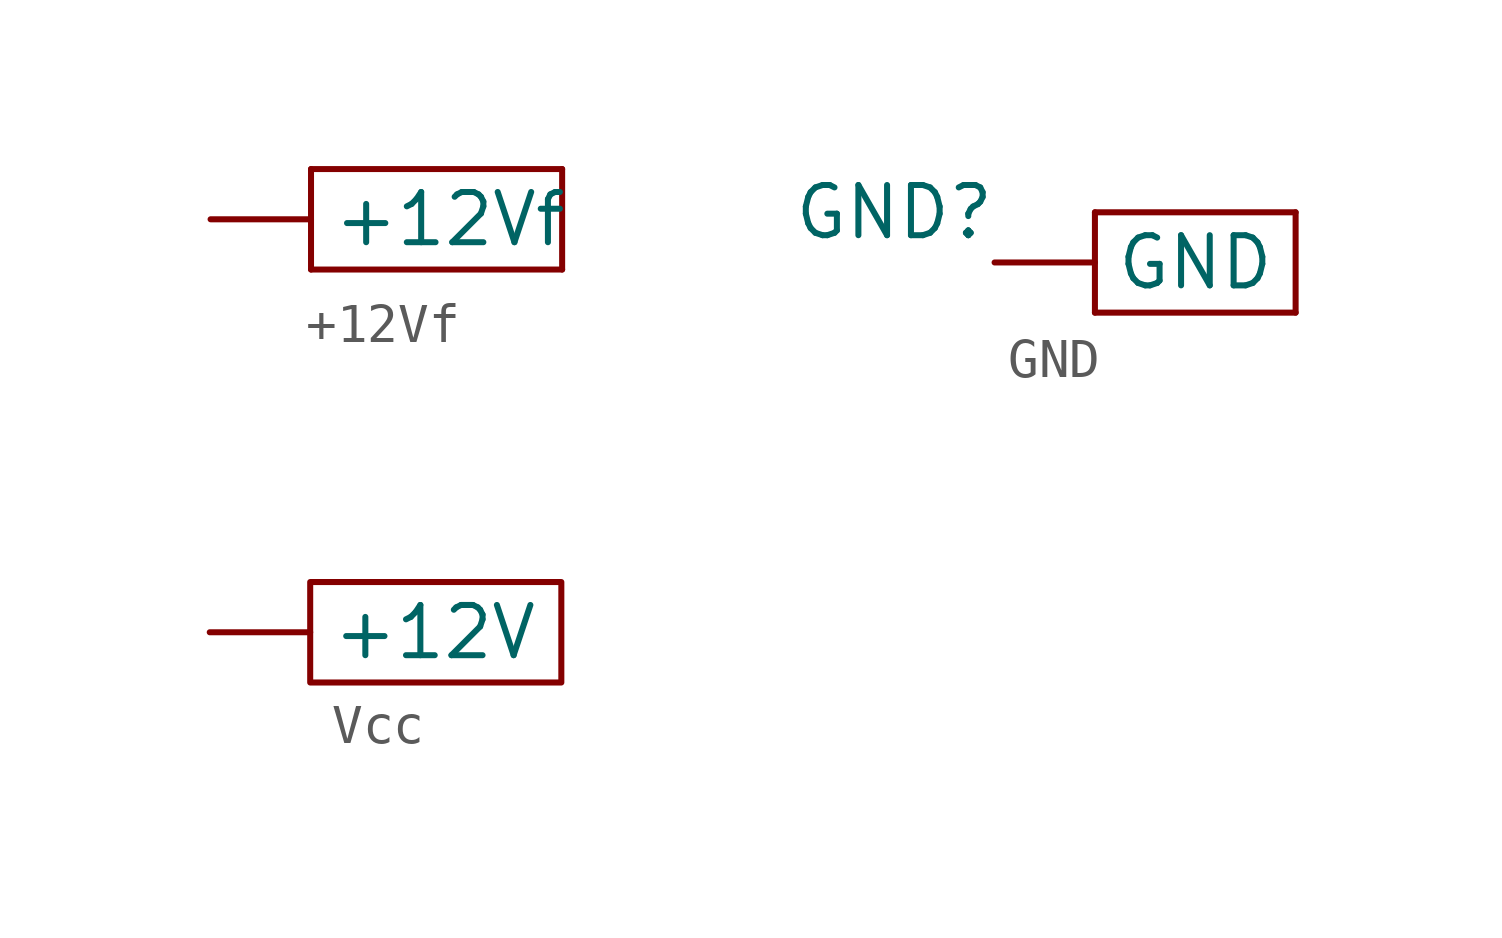
<source format=kicad_sym>
(kicad_symbol_lib
  (version 20231120)
  (generator "kicad_symbol_editor")
  (generator_version "8.0")
  (symbol "+12Vf"
    (property "Reference" "U"
      (at 0 0 0)
      (effects (font (size 1.27 1.27)) (hide yes)))
    (property "Value" ""
      (at 0 0 0)
      (effects (font (size 1.27 1.27))))
    (symbol "+12Vf_0_1"
      (rectangle (start 2.54 0) (end 8.89 0) (stroke (width 0) (type default)) (fill (type none)))
      (rectangle (start 2.54 1.27) (end 2.54 1.27) (stroke (width 0) (type default)) (fill (type none)))
      (rectangle (start 2.54 2.54) (end 2.54 0) (stroke (width 0) (type default)) (fill (type none)))
      (rectangle (start 2.54 2.54) (end 8.89 2.54) (stroke (width 0) (type default)) (fill (type none)))
      (rectangle (start 8.89 2.54) (end 8.89 0) (stroke (width 0) (type default)) (fill (type none))))
    (symbol "+12Vf_1_1"
      (pin passive line (at 0 1.27 0) (length 2.54) (name "+12Vf" (effects (font (size 1.27 1.27)))) (number "" (effects (font (size 1.27 1.27)))))))
  (symbol "GND"
    (property "Reference" "GND"
      (at 0 0 0)
      (effects (font (size 1.27 1.27))))
    (property "Value" ""
      (at 0 0 0)
      (effects (font (size 1.27 1.27))))
    (symbol "GND_0_1"
      (polyline (pts (xy 5.08 0) (xy 5.08 -2.54)) (stroke (width 0) (type default)) (fill (type none)))
      (polyline (pts (xy 10.16 0) (xy 10.16 -2.54)) (stroke (width 0) (type default)) (fill (type none)))
      (rectangle (start 5.08 -2.54) (end 10.16 -2.54) (stroke (width 0) (type default)) (fill (type none)))
      (rectangle (start 5.08 0) (end 10.16 0) (stroke (width 0) (type default)) (fill (type none))))
    (symbol "GND_1_1"
      (pin passive line (at 2.54 -1.27 0) (length 2.54) (name "GND" (effects (font (size 1.27 1.27)))) (number "" (effects (font (size 1.27 1.27)))))))
  (symbol "Vcc"
    (property "Reference" "Vcc"
      (at 3.81 0 0)
      (effects (font (size 1.27 1.27)) (hide yes)))
    (property "Value" ""
      (at 0 0 0)
      (effects (font (size 1.27 1.27))))
    (symbol "Vcc_0_1"
      (rectangle (start 1.27 1.27) (end 7.62 -1.27) (stroke (width 0) (type default)) (fill (type none))))
    (symbol "Vcc_1_1"
      (pin passive line (at -1.27 0 0) (length 2.54) (name "+12V" (effects (font (size 1.27 1.27)))) (number "" (effects (font (size 1.27 1.27))))))))
</source>
